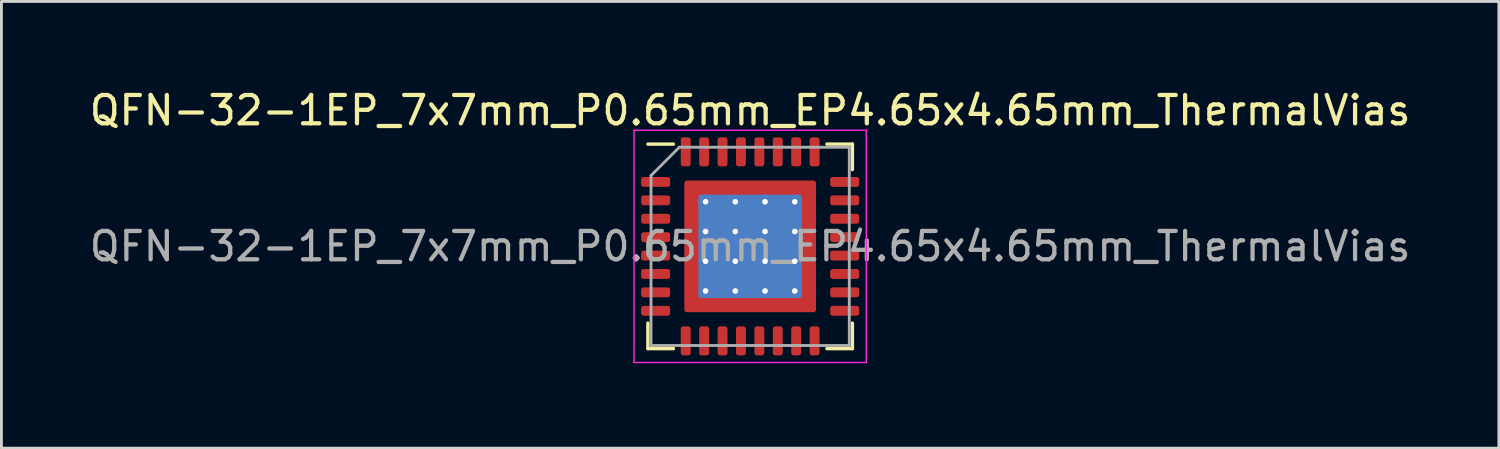
<source format=kicad_pcb>
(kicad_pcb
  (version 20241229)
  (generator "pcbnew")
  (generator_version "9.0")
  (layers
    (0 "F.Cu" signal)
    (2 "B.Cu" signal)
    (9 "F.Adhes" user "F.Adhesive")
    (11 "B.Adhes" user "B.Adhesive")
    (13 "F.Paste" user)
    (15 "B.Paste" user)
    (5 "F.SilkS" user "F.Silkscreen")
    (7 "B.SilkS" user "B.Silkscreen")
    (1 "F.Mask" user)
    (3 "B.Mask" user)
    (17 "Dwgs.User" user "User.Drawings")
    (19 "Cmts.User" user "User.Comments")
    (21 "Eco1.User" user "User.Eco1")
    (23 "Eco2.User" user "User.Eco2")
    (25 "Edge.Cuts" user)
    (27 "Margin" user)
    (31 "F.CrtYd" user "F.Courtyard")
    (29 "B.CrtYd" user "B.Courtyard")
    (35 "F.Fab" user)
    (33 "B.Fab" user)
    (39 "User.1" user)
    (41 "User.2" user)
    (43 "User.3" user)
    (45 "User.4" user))
  (footprint "QFN-32-1EP_7x7mm_P0.65mm_EP4.65x4.65mm_ThermalVias"
    (layer "F.Cu")
    (at 23.435 5.648)
    (property "Reference" "QFN-32-1EP_7x7mm_P0.65mm_EP4.65x4.65mm_ThermalVias" (at 0 -4.8 0) (layer "F.SilkS") (effects (font (size 1 1) (thickness 0.15))))
    (attr smd)
    (fp_line (start -3.61 3.61) (end -3.61 2.71) (stroke (width 0.12) (type solid)) (layer "F.SilkS"))
    (fp_line (start -2.71 -3.61) (end -3.61 -3.61) (stroke (width 0.12) (type solid)) (layer "F.SilkS"))
    (fp_line (start -2.71 3.61) (end -3.61 3.61) (stroke (width 0.12) (type solid)) (layer "F.SilkS"))
    (fp_line (start 2.71 -3.61) (end 3.61 -3.61) (stroke (width 0.12) (type solid)) (layer "F.SilkS"))
    (fp_line (start 2.71 3.61) (end 3.61 3.61) (stroke (width 0.12) (type solid)) (layer "F.SilkS"))
    (fp_line (start 3.61 -3.61) (end 3.61 -2.71) (stroke (width 0.12) (type solid)) (layer "F.SilkS"))
    (fp_line (start 3.61 3.61) (end 3.61 2.71) (stroke (width 0.12) (type solid)) (layer "F.SilkS"))
    (fp_line (start -4.1 -4.1) (end -4.1 4.1) (stroke (width 0.05) (type solid)) (layer "F.CrtYd"))
    (fp_line (start -4.1 4.1) (end 4.1 4.1) (stroke (width 0.05) (type solid)) (layer "F.CrtYd"))
    (fp_line (start 4.1 -4.1) (end -4.1 -4.1) (stroke (width 0.05) (type solid)) (layer "F.CrtYd"))
    (fp_line (start 4.1 4.1) (end 4.1 -4.1) (stroke (width 0.05) (type solid)) (layer "F.CrtYd"))
    (fp_line (start -3.5 -2.5) (end -2.5 -3.5) (stroke (width 0.1) (type solid)) (layer "F.Fab"))
    (fp_line (start -3.5 3.5) (end -3.5 -2.5) (stroke (width 0.1) (type solid)) (layer "F.Fab"))
    (fp_line (start -2.5 -3.5) (end 3.5 -3.5) (stroke (width 0.1) (type solid)) (layer "F.Fab"))
    (fp_line (start 3.5 -3.5) (end 3.5 3.5) (stroke (width 0.1) (type solid)) (layer "F.Fab"))
    (fp_line (start 3.5 3.5) (end -3.5 3.5) (stroke (width 0.1) (type solid)) (layer "F.Fab"))
    (fp_text user "${REFERENCE}" (at 0 0 0) (layer "F.Fab") (effects (font (size 1 1) (thickness 0.15))))
    (pad "" smd custom (at -1.95 -1.95) (size 0.507 0.507) (layers "F.Paste") (options (anchor circle)) (primitives (gr_poly (pts (xy -0.205 -0.205) (xy 0.205 -0.205) (xy 0.205 0.125) (xy 0.125 0.205) (xy -0.205 0.205)) (width 0.194) (fill yes))))
    (pad "" smd custom (at -1.95 -1.05) (size 0.528 0.528) (layers "F.Paste") (options (anchor circle)) (primitives (gr_poly (pts (xy -0.226 -0.347) (xy 0.162 -0.347) (xy 0.226 -0.283) (xy 0.226 0.283) (xy 0.162 0.347) (xy -0.226 0.347)) (width 0.153) (fill yes))))
    (pad "" smd custom (at -1.95 0) (size 0.528 0.528) (layers "F.Paste") (options (anchor circle)) (primitives (gr_poly (pts (xy -0.226 -0.347) (xy 0.162 -0.347) (xy 0.226 -0.283) (xy 0.226 0.283) (xy 0.162 0.347) (xy -0.226 0.347)) (width 0.153) (fill yes))))
    (pad "" smd custom (at -1.95 1.05) (size 0.528 0.528) (layers "F.Paste") (options (anchor circle)) (primitives (gr_poly (pts (xy -0.226 -0.347) (xy 0.162 -0.347) (xy 0.226 -0.283) (xy 0.226 0.283) (xy 0.162 0.347) (xy -0.226 0.347)) (width 0.153) (fill yes))))
    (pad "" smd custom (at -1.95 1.95) (size 0.507 0.507) (layers "F.Paste") (options (anchor circle)) (primitives (gr_poly (pts (xy -0.205 -0.205) (xy 0.125 -0.205) (xy 0.205 -0.125) (xy 0.205 0.205) (xy -0.205 0.205)) (width 0.194) (fill yes))))
    (pad "" smd custom (at -1.05 -1.95) (size 0.528 0.528) (layers "F.Paste") (options (anchor circle)) (primitives (gr_poly (pts (xy -0.347 -0.226) (xy 0.347 -0.226) (xy 0.347 0.162) (xy 0.283 0.226) (xy -0.283 0.226) (xy -0.347 0.162)) (width 0.153) (fill yes))))
    (pad "" smd roundrect (at -1.05 -1.05) (size 0.847 0.847) (layers "F.Paste") (roundrect_rratio 0.25))
    (pad "" smd roundrect (at -1.05 0) (size 0.847 0.847) (layers "F.Paste") (roundrect_rratio 0.25))
    (pad "" smd roundrect (at -1.05 1.05) (size 0.847 0.847) (layers "F.Paste") (roundrect_rratio 0.25))
    (pad "" smd custom (at -1.05 1.95) (size 0.528 0.528) (layers "F.Paste") (options (anchor circle)) (primitives (gr_poly (pts (xy -0.347 -0.162) (xy -0.283 -0.226) (xy 0.283 -0.226) (xy 0.347 -0.162) (xy 0.347 0.226) (xy -0.347 0.226)) (width 0.153) (fill yes))))
    (pad "" smd custom (at 0 -1.95) (size 0.528 0.528) (layers "F.Paste") (options (anchor circle)) (primitives (gr_poly (pts (xy -0.347 -0.226) (xy 0.347 -0.226) (xy 0.347 0.162) (xy 0.283 0.226) (xy -0.283 0.226) (xy -0.347 0.162)) (width 0.153) (fill yes))))
    (pad "" smd roundrect (at 0 -1.05) (size 0.847 0.847) (layers "F.Paste") (roundrect_rratio 0.25))
    (pad "" smd roundrect (at 0 0) (size 0.847 0.847) (layers "F.Paste") (roundrect_rratio 0.25))
    (pad "" smd roundrect (at 0 1.05) (size 0.847 0.847) (layers "F.Paste") (roundrect_rratio 0.25))
    (pad "" smd custom (at 0 1.95) (size 0.528 0.528) (layers "F.Paste") (options (anchor circle)) (primitives (gr_poly (pts (xy -0.347 -0.162) (xy -0.283 -0.226) (xy 0.283 -0.226) (xy 0.347 -0.162) (xy 0.347 0.226) (xy -0.347 0.226)) (width 0.153) (fill yes))))
    (pad "" smd custom (at 1.05 -1.95) (size 0.528 0.528) (layers "F.Paste") (options (anchor circle)) (primitives (gr_poly (pts (xy -0.347 -0.226) (xy 0.347 -0.226) (xy 0.347 0.162) (xy 0.283 0.226) (xy -0.283 0.226) (xy -0.347 0.162)) (width 0.153) (fill yes))))
    (pad "" smd roundrect (at 1.05 -1.05) (size 0.847 0.847) (layers "F.Paste") (roundrect_rratio 0.25))
    (pad "" smd roundrect (at 1.05 0) (size 0.847 0.847) (layers "F.Paste") (roundrect_rratio 0.25))
    (pad "" smd roundrect (at 1.05 1.05) (size 0.847 0.847) (layers "F.Paste") (roundrect_rratio 0.25))
    (pad "" smd custom (at 1.05 1.95) (size 0.528 0.528) (layers "F.Paste") (options (anchor circle)) (primitives (gr_poly (pts (xy -0.347 -0.162) (xy -0.283 -0.226) (xy 0.283 -0.226) (xy 0.347 -0.162) (xy 0.347 0.226) (xy -0.347 0.226)) (width 0.153) (fill yes))))
    (pad "" smd custom (at 1.95 -1.95) (size 0.507 0.507) (layers "F.Paste") (options (anchor circle)) (primitives (gr_poly (pts (xy -0.205 -0.205) (xy 0.205 -0.205) (xy 0.205 0.205) (xy -0.125 0.205) (xy -0.205 0.125)) (width 0.194) (fill yes))))
    (pad "" smd custom (at 1.95 -1.05) (size 0.528 0.528) (layers "F.Paste") (options (anchor circle)) (primitives (gr_poly (pts (xy -0.226 -0.283) (xy -0.162 -0.347) (xy 0.226 -0.347) (xy 0.226 0.347) (xy -0.162 0.347) (xy -0.226 0.283)) (width 0.153) (fill yes))))
    (pad "" smd custom (at 1.95 0) (size 0.528 0.528) (layers "F.Paste") (options (anchor circle)) (primitives (gr_poly (pts (xy -0.226 -0.283) (xy -0.162 -0.347) (xy 0.226 -0.347) (xy 0.226 0.347) (xy -0.162 0.347) (xy -0.226 0.283)) (width 0.153) (fill yes))))
    (pad "" smd custom (at 1.95 1.05) (size 0.528 0.528) (layers "F.Paste") (options (anchor circle)) (primitives (gr_poly (pts (xy -0.226 -0.283) (xy -0.162 -0.347) (xy 0.226 -0.347) (xy 0.226 0.347) (xy -0.162 0.347) (xy -0.226 0.283)) (width 0.153) (fill yes))))
    (pad "" smd custom (at 1.95 1.95) (size 0.507 0.507) (layers "F.Paste") (options (anchor circle)) (primitives (gr_poly (pts (xy -0.205 -0.125) (xy -0.125 -0.205) (xy 0.205 -0.205) (xy 0.205 0.205) (xy -0.205 0.205)) (width 0.194) (fill yes))))
    (pad "1" smd roundrect (at -3.337 -2.275) (size 1.025 0.35) (layers "F.Cu" "F.Mask" "F.Paste") (roundrect_rratio 0.25))
    (pad "2" smd roundrect (at -3.337 -1.625) (size 1.025 0.35) (layers "F.Cu" "F.Mask" "F.Paste") (roundrect_rratio 0.25))
    (pad "3" smd roundrect (at -3.337 -0.975) (size 1.025 0.35) (layers "F.Cu" "F.Mask" "F.Paste") (roundrect_rratio 0.25))
    (pad "4" smd roundrect (at -3.337 -0.325) (size 1.025 0.35) (layers "F.Cu" "F.Mask" "F.Paste") (roundrect_rratio 0.25))
    (pad "5" smd roundrect (at -3.337 0.325) (size 1.025 0.35) (layers "F.Cu" "F.Mask" "F.Paste") (roundrect_rratio 0.25))
    (pad "6" smd roundrect (at -3.337 0.975) (size 1.025 0.35) (layers "F.Cu" "F.Mask" "F.Paste") (roundrect_rratio 0.25))
    (pad "7" smd roundrect (at -3.337 1.625) (size 1.025 0.35) (layers "F.Cu" "F.Mask" "F.Paste") (roundrect_rratio 0.25))
    (pad "8" smd roundrect (at -3.337 2.275) (size 1.025 0.35) (layers "F.Cu" "F.Mask" "F.Paste") (roundrect_rratio 0.25))
    (pad "9" smd roundrect (at -2.275 3.337) (size 0.35 1.025) (layers "F.Cu" "F.Mask" "F.Paste") (roundrect_rratio 0.25))
    (pad "10" smd roundrect (at -1.625 3.337) (size 0.35 1.025) (layers "F.Cu" "F.Mask" "F.Paste") (roundrect_rratio 0.25))
    (pad "11" smd roundrect (at -0.975 3.337) (size 0.35 1.025) (layers "F.Cu" "F.Mask" "F.Paste") (roundrect_rratio 0.25))
    (pad "12" smd roundrect (at -0.325 3.337) (size 0.35 1.025) (layers "F.Cu" "F.Mask" "F.Paste") (roundrect_rratio 0.25))
    (pad "13" smd roundrect (at 0.325 3.337) (size 0.35 1.025) (layers "F.Cu" "F.Mask" "F.Paste") (roundrect_rratio 0.25))
    (pad "14" smd roundrect (at 0.975 3.337) (size 0.35 1.025) (layers "F.Cu" "F.Mask" "F.Paste") (roundrect_rratio 0.25))
    (pad "15" smd roundrect (at 1.625 3.337) (size 0.35 1.025) (layers "F.Cu" "F.Mask" "F.Paste") (roundrect_rratio 0.25))
    (pad "16" smd roundrect (at 2.275 3.337) (size 0.35 1.025) (layers "F.Cu" "F.Mask" "F.Paste") (roundrect_rratio 0.25))
    (pad "17" smd roundrect (at 3.337 2.275) (size 1.025 0.35) (layers "F.Cu" "F.Mask" "F.Paste") (roundrect_rratio 0.25))
    (pad "18" smd roundrect (at 3.337 1.625) (size 1.025 0.35) (layers "F.Cu" "F.Mask" "F.Paste") (roundrect_rratio 0.25))
    (pad "19" smd roundrect (at 3.337 0.975) (size 1.025 0.35) (layers "F.Cu" "F.Mask" "F.Paste") (roundrect_rratio 0.25))
    (pad "20" smd roundrect (at 3.337 0.325) (size 1.025 0.35) (layers "F.Cu" "F.Mask" "F.Paste") (roundrect_rratio 0.25))
    (pad "21" smd roundrect (at 3.337 -0.325) (size 1.025 0.35) (layers "F.Cu" "F.Mask" "F.Paste") (roundrect_rratio 0.25))
    (pad "22" smd roundrect (at 3.337 -0.975) (size 1.025 0.35) (layers "F.Cu" "F.Mask" "F.Paste") (roundrect_rratio 0.25))
    (pad "23" smd roundrect (at 3.337 -1.625) (size 1.025 0.35) (layers "F.Cu" "F.Mask" "F.Paste") (roundrect_rratio 0.25))
    (pad "24" smd roundrect (at 3.337 -2.275) (size 1.025 0.35) (layers "F.Cu" "F.Mask" "F.Paste") (roundrect_rratio 0.25))
    (pad "25" smd roundrect (at 2.275 -3.337) (size 0.35 1.025) (layers "F.Cu" "F.Mask" "F.Paste") (roundrect_rratio 0.25))
    (pad "26" smd roundrect (at 1.625 -3.337) (size 0.35 1.025) (layers "F.Cu" "F.Mask" "F.Paste") (roundrect_rratio 0.25))
    (pad "27" smd roundrect (at 0.975 -3.337) (size 0.35 1.025) (layers "F.Cu" "F.Mask" "F.Paste") (roundrect_rratio 0.25))
    (pad "28" smd roundrect (at 0.325 -3.337) (size 0.35 1.025) (layers "F.Cu" "F.Mask" "F.Paste") (roundrect_rratio 0.25))
    (pad "29" smd roundrect (at -0.325 -3.337) (size 0.35 1.025) (layers "F.Cu" "F.Mask" "F.Paste") (roundrect_rratio 0.25))
    (pad "30" smd roundrect (at -0.975 -3.337) (size 0.35 1.025) (layers "F.Cu" "F.Mask" "F.Paste") (roundrect_rratio 0.25))
    (pad "31" smd roundrect (at -1.625 -3.337) (size 0.35 1.025) (layers "F.Cu" "F.Mask" "F.Paste") (roundrect_rratio 0.25))
    (pad "32" smd roundrect (at -2.275 -3.337) (size 0.35 1.025) (layers "F.Cu" "F.Mask" "F.Paste") (roundrect_rratio 0.25))
    (pad "33" thru_hole circle (at -1.575 -1.575) (size 0.5 0.5) (drill 0.2) (layers "*.Cu"))
    (pad "33" thru_hole circle (at -1.575 -0.525) (size 0.5 0.5) (drill 0.2) (layers "*.Cu"))
    (pad "33" thru_hole circle (at -1.575 0.525) (size 0.5 0.5) (drill 0.2) (layers "*.Cu"))
    (pad "33" thru_hole circle (at -1.575 1.575) (size 0.5 0.5) (drill 0.2) (layers "*.Cu"))
    (pad "33" thru_hole circle (at -0.525 -1.575) (size 0.5 0.5) (drill 0.2) (layers "*.Cu"))
    (pad "33" thru_hole circle (at -0.525 -0.525) (size 0.5 0.5) (drill 0.2) (layers "*.Cu"))
    (pad "33" thru_hole circle (at -0.525 0.525) (size 0.5 0.5) (drill 0.2) (layers "*.Cu"))
    (pad "33" thru_hole circle (at -0.525 1.575) (size 0.5 0.5) (drill 0.2) (layers "*.Cu"))
    (pad "33" smd roundrect (at 0 0) (size 3.65 3.65) (layers "B.Cu") (roundrect_rratio 0.024))
    (pad "33" smd roundrect (at 0 0) (size 4.65 4.65) (layers "F.Cu" "F.Mask") (roundrect_rratio 0.019))
    (pad "33" thru_hole circle (at 0.525 -1.575) (size 0.5 0.5) (drill 0.2) (layers "*.Cu"))
    (pad "33" thru_hole circle (at 0.525 -0.525) (size 0.5 0.5) (drill 0.2) (layers "*.Cu"))
    (pad "33" thru_hole circle (at 0.525 0.525) (size 0.5 0.5) (drill 0.2) (layers "*.Cu"))
    (pad "33" thru_hole circle (at 0.525 1.575) (size 0.5 0.5) (drill 0.2) (layers "*.Cu"))
    (pad "33" thru_hole circle (at 1.575 -1.575) (size 0.5 0.5) (drill 0.2) (layers "*.Cu"))
    (pad "33" thru_hole circle (at 1.575 -0.525) (size 0.5 0.5) (drill 0.2) (layers "*.Cu"))
    (pad "33" thru_hole circle (at 1.575 0.525) (size 0.5 0.5) (drill 0.2) (layers "*.Cu"))
    (pad "33" thru_hole circle (at 1.575 1.575) (size 0.5 0.5) (drill 0.2) (layers "*.Cu")))
  (gr_rect
    (start -3 -3)
    (end 49.869 12.773)
    (stroke (width 0.1) (type default))
    (fill no)
    (layer "Edge.Cuts")))
</source>
